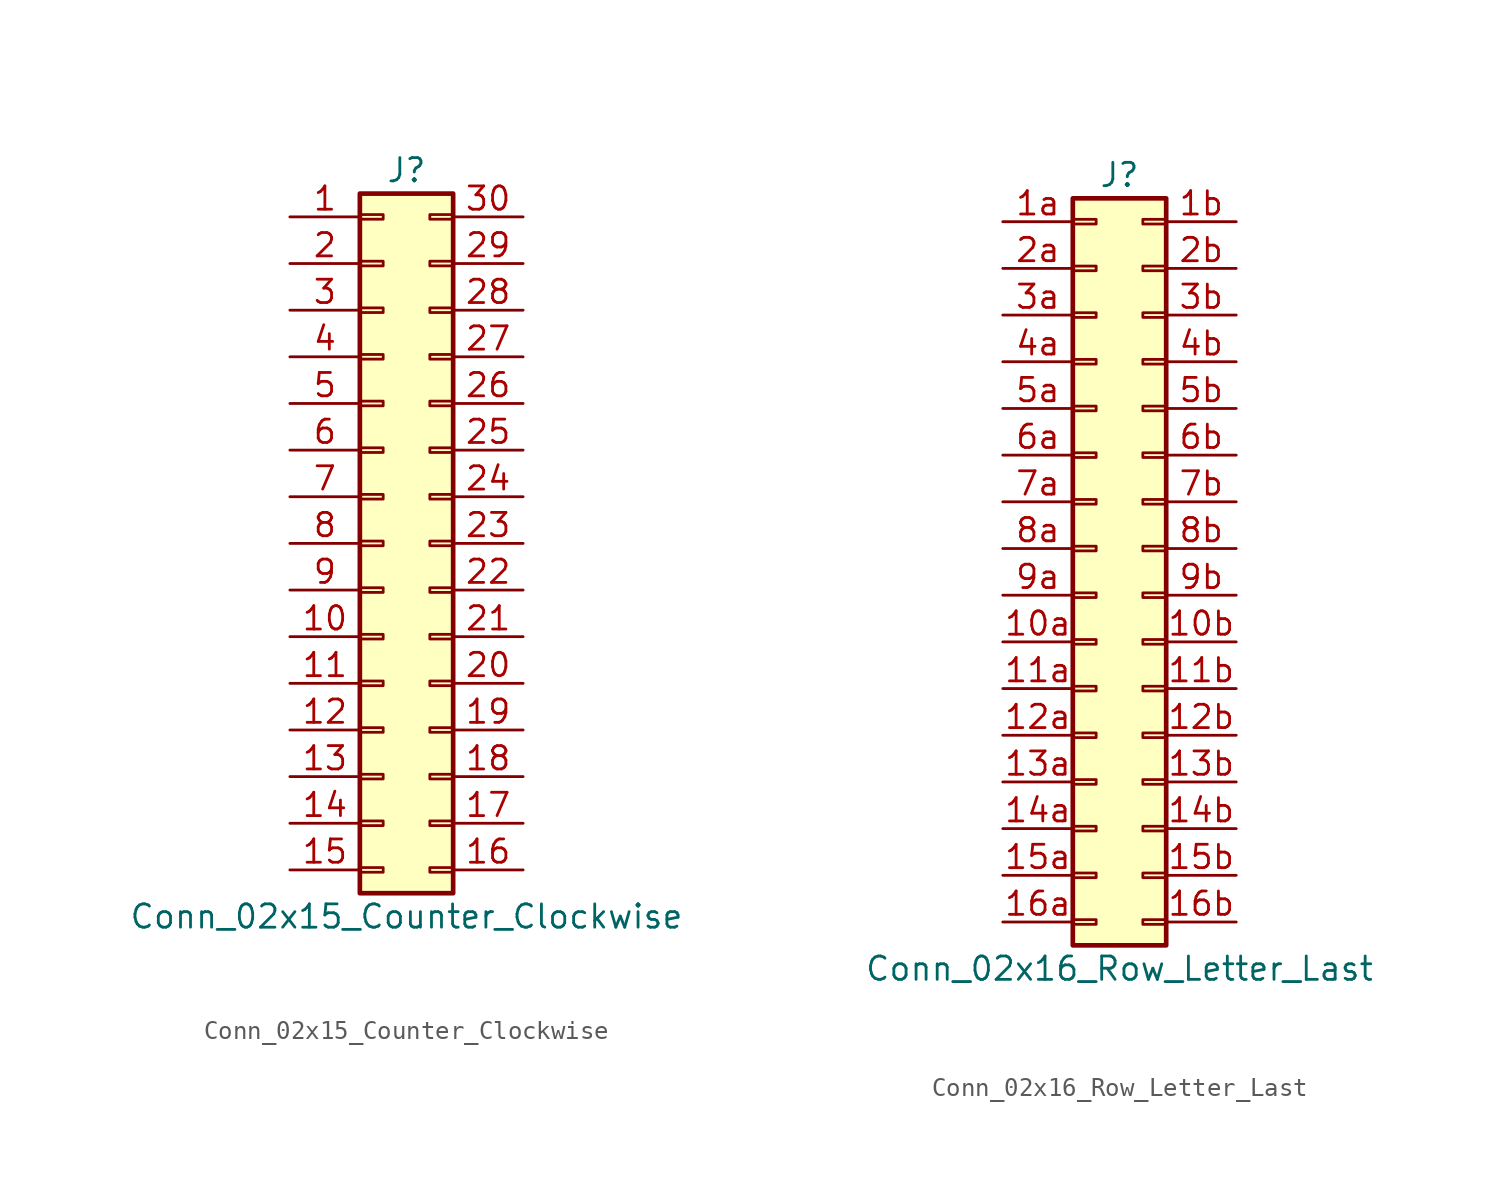
<source format=kicad_sym>
(kicad_symbol_lib
  (version 20211014)
  (generator kicad_symbol_editor)
  (symbol "Conn_02x15_Counter_Clockwise"
    (pin_names
      (offset 1.016) hide)
    (property "Reference" "J"
      (at 1.27 20.32 0)
      (effects (font (size 1.27 1.27))))
    (property "Value" "Conn_02x15_Counter_Clockwise"
      (at 1.27 -20.32 0)
      (effects (font (size 1.27 1.27))))
    (symbol "Conn_02x15_Counter_Clockwise_1_1"
      (rectangle (start -1.27 -17.653) (end 0 -17.907) (stroke (width 0.152) (type default) (color 0 0 0 0)) (fill (type none)))
      (rectangle (start -1.27 -15.113) (end 0 -15.367) (stroke (width 0.152) (type default) (color 0 0 0 0)) (fill (type none)))
      (rectangle (start -1.27 -12.573) (end 0 -12.827) (stroke (width 0.152) (type default) (color 0 0 0 0)) (fill (type none)))
      (rectangle (start -1.27 -10.033) (end 0 -10.287) (stroke (width 0.152) (type default) (color 0 0 0 0)) (fill (type none)))
      (rectangle (start -1.27 -7.493) (end 0 -7.747) (stroke (width 0.152) (type default) (color 0 0 0 0)) (fill (type none)))
      (rectangle (start -1.27 -4.953) (end 0 -5.207) (stroke (width 0.152) (type default) (color 0 0 0 0)) (fill (type none)))
      (rectangle (start -1.27 -2.413) (end 0 -2.667) (stroke (width 0.152) (type default) (color 0 0 0 0)) (fill (type none)))
      (rectangle (start -1.27 0.127) (end 0 -0.127) (stroke (width 0.152) (type default) (color 0 0 0 0)) (fill (type none)))
      (rectangle (start -1.27 2.667) (end 0 2.413) (stroke (width 0.152) (type default) (color 0 0 0 0)) (fill (type none)))
      (rectangle (start -1.27 5.207) (end 0 4.953) (stroke (width 0.152) (type default) (color 0 0 0 0)) (fill (type none)))
      (rectangle (start -1.27 7.747) (end 0 7.493) (stroke (width 0.152) (type default) (color 0 0 0 0)) (fill (type none)))
      (rectangle (start -1.27 10.287) (end 0 10.033) (stroke (width 0.152) (type default) (color 0 0 0 0)) (fill (type none)))
      (rectangle (start -1.27 12.827) (end 0 12.573) (stroke (width 0.152) (type default) (color 0 0 0 0)) (fill (type none)))
      (rectangle (start -1.27 15.367) (end 0 15.113) (stroke (width 0.152) (type default) (color 0 0 0 0)) (fill (type none)))
      (rectangle (start -1.27 17.907) (end 0 17.653) (stroke (width 0.152) (type default) (color 0 0 0 0)) (fill (type none)))
      (rectangle (start -1.27 19.05) (end 3.81 -19.05) (stroke (width 0.254) (type default) (color 0 0 0 0)) (fill (type background)))
      (rectangle (start 3.81 -17.653) (end 2.54 -17.907) (stroke (width 0.152) (type default) (color 0 0 0 0)) (fill (type none)))
      (rectangle (start 3.81 -15.113) (end 2.54 -15.367) (stroke (width 0.152) (type default) (color 0 0 0 0)) (fill (type none)))
      (rectangle (start 3.81 -12.573) (end 2.54 -12.827) (stroke (width 0.152) (type default) (color 0 0 0 0)) (fill (type none)))
      (rectangle (start 3.81 -10.033) (end 2.54 -10.287) (stroke (width 0.152) (type default) (color 0 0 0 0)) (fill (type none)))
      (rectangle (start 3.81 -7.493) (end 2.54 -7.747) (stroke (width 0.152) (type default) (color 0 0 0 0)) (fill (type none)))
      (rectangle (start 3.81 -4.953) (end 2.54 -5.207) (stroke (width 0.152) (type default) (color 0 0 0 0)) (fill (type none)))
      (rectangle (start 3.81 -2.413) (end 2.54 -2.667) (stroke (width 0.152) (type default) (color 0 0 0 0)) (fill (type none)))
      (rectangle (start 3.81 0.127) (end 2.54 -0.127) (stroke (width 0.152) (type default) (color 0 0 0 0)) (fill (type none)))
      (rectangle (start 3.81 2.667) (end 2.54 2.413) (stroke (width 0.152) (type default) (color 0 0 0 0)) (fill (type none)))
      (rectangle (start 3.81 5.207) (end 2.54 4.953) (stroke (width 0.152) (type default) (color 0 0 0 0)) (fill (type none)))
      (rectangle (start 3.81 7.747) (end 2.54 7.493) (stroke (width 0.152) (type default) (color 0 0 0 0)) (fill (type none)))
      (rectangle (start 3.81 10.287) (end 2.54 10.033) (stroke (width 0.152) (type default) (color 0 0 0 0)) (fill (type none)))
      (rectangle (start 3.81 12.827) (end 2.54 12.573) (stroke (width 0.152) (type default) (color 0 0 0 0)) (fill (type none)))
      (rectangle (start 3.81 15.367) (end 2.54 15.113) (stroke (width 0.152) (type default) (color 0 0 0 0)) (fill (type none)))
      (rectangle (start 3.81 17.907) (end 2.54 17.653) (stroke (width 0.152) (type default) (color 0 0 0 0)) (fill (type none)))
      (pin passive line (at -5.08 17.78 0) (length 3.81) (name "Pin_1" (effects (font (size 1.27 1.27)))) (number "1" (effects (font (size 1.27 1.27)))))
      (pin passive line (at -5.08 -5.08 0) (length 3.81) (name "Pin_10" (effects (font (size 1.27 1.27)))) (number "10" (effects (font (size 1.27 1.27)))))
      (pin passive line (at -5.08 -7.62 0) (length 3.81) (name "Pin_11" (effects (font (size 1.27 1.27)))) (number "11" (effects (font (size 1.27 1.27)))))
      (pin passive line (at -5.08 -10.16 0) (length 3.81) (name "Pin_12" (effects (font (size 1.27 1.27)))) (number "12" (effects (font (size 1.27 1.27)))))
      (pin passive line (at -5.08 -12.7 0) (length 3.81) (name "Pin_13" (effects (font (size 1.27 1.27)))) (number "13" (effects (font (size 1.27 1.27)))))
      (pin passive line (at -5.08 -15.24 0) (length 3.81) (name "Pin_14" (effects (font (size 1.27 1.27)))) (number "14" (effects (font (size 1.27 1.27)))))
      (pin passive line (at -5.08 -17.78 0) (length 3.81) (name "Pin_15" (effects (font (size 1.27 1.27)))) (number "15" (effects (font (size 1.27 1.27)))))
      (pin passive line (at 7.62 -17.78 180) (length 3.81) (name "Pin_16" (effects (font (size 1.27 1.27)))) (number "16" (effects (font (size 1.27 1.27)))))
      (pin passive line (at 7.62 -15.24 180) (length 3.81) (name "Pin_17" (effects (font (size 1.27 1.27)))) (number "17" (effects (font (size 1.27 1.27)))))
      (pin passive line (at 7.62 -12.7 180) (length 3.81) (name "Pin_18" (effects (font (size 1.27 1.27)))) (number "18" (effects (font (size 1.27 1.27)))))
      (pin passive line (at 7.62 -10.16 180) (length 3.81) (name "Pin_19" (effects (font (size 1.27 1.27)))) (number "19" (effects (font (size 1.27 1.27)))))
      (pin passive line (at -5.08 15.24 0) (length 3.81) (name "Pin_2" (effects (font (size 1.27 1.27)))) (number "2" (effects (font (size 1.27 1.27)))))
      (pin passive line (at 7.62 -7.62 180) (length 3.81) (name "Pin_20" (effects (font (size 1.27 1.27)))) (number "20" (effects (font (size 1.27 1.27)))))
      (pin passive line (at 7.62 -5.08 180) (length 3.81) (name "Pin_21" (effects (font (size 1.27 1.27)))) (number "21" (effects (font (size 1.27 1.27)))))
      (pin passive line (at 7.62 -2.54 180) (length 3.81) (name "Pin_22" (effects (font (size 1.27 1.27)))) (number "22" (effects (font (size 1.27 1.27)))))
      (pin passive line (at 7.62 0 180) (length 3.81) (name "Pin_23" (effects (font (size 1.27 1.27)))) (number "23" (effects (font (size 1.27 1.27)))))
      (pin passive line (at 7.62 2.54 180) (length 3.81) (name "Pin_24" (effects (font (size 1.27 1.27)))) (number "24" (effects (font (size 1.27 1.27)))))
      (pin passive line (at 7.62 5.08 180) (length 3.81) (name "Pin_25" (effects (font (size 1.27 1.27)))) (number "25" (effects (font (size 1.27 1.27)))))
      (pin passive line (at 7.62 7.62 180) (length 3.81) (name "Pin_26" (effects (font (size 1.27 1.27)))) (number "26" (effects (font (size 1.27 1.27)))))
      (pin passive line (at 7.62 10.16 180) (length 3.81) (name "Pin_27" (effects (font (size 1.27 1.27)))) (number "27" (effects (font (size 1.27 1.27)))))
      (pin passive line (at 7.62 12.7 180) (length 3.81) (name "Pin_28" (effects (font (size 1.27 1.27)))) (number "28" (effects (font (size 1.27 1.27)))))
      (pin passive line (at 7.62 15.24 180) (length 3.81) (name "Pin_29" (effects (font (size 1.27 1.27)))) (number "29" (effects (font (size 1.27 1.27)))))
      (pin passive line (at -5.08 12.7 0) (length 3.81) (name "Pin_3" (effects (font (size 1.27 1.27)))) (number "3" (effects (font (size 1.27 1.27)))))
      (pin passive line (at 7.62 17.78 180) (length 3.81) (name "Pin_30" (effects (font (size 1.27 1.27)))) (number "30" (effects (font (size 1.27 1.27)))))
      (pin passive line (at -5.08 10.16 0) (length 3.81) (name "Pin_4" (effects (font (size 1.27 1.27)))) (number "4" (effects (font (size 1.27 1.27)))))
      (pin passive line (at -5.08 7.62 0) (length 3.81) (name "Pin_5" (effects (font (size 1.27 1.27)))) (number "5" (effects (font (size 1.27 1.27)))))
      (pin passive line (at -5.08 5.08 0) (length 3.81) (name "Pin_6" (effects (font (size 1.27 1.27)))) (number "6" (effects (font (size 1.27 1.27)))))
      (pin passive line (at -5.08 2.54 0) (length 3.81) (name "Pin_7" (effects (font (size 1.27 1.27)))) (number "7" (effects (font (size 1.27 1.27)))))
      (pin passive line (at -5.08 0 0) (length 3.81) (name "Pin_8" (effects (font (size 1.27 1.27)))) (number "8" (effects (font (size 1.27 1.27)))))
      (pin passive line (at -5.08 -2.54 0) (length 3.81) (name "Pin_9" (effects (font (size 1.27 1.27)))) (number "9" (effects (font (size 1.27 1.27)))))))
  (symbol "Conn_02x16_Row_Letter_Last"
    (pin_names
      (offset 1.016) hide)
    (property "Reference" "J"
      (at 1.27 20.32 0)
      (effects (font (size 1.27 1.27))))
    (property "Value" "Conn_02x16_Row_Letter_Last"
      (at 1.27 -22.86 0)
      (effects (font (size 1.27 1.27))))
    (symbol "Conn_02x16_Row_Letter_Last_1_1"
      (rectangle (start -1.27 -20.193) (end 0 -20.447) (stroke (width 0.152) (type default) (color 0 0 0 0)) (fill (type none)))
      (rectangle (start -1.27 -17.653) (end 0 -17.907) (stroke (width 0.152) (type default) (color 0 0 0 0)) (fill (type none)))
      (rectangle (start -1.27 -15.113) (end 0 -15.367) (stroke (width 0.152) (type default) (color 0 0 0 0)) (fill (type none)))
      (rectangle (start -1.27 -12.573) (end 0 -12.827) (stroke (width 0.152) (type default) (color 0 0 0 0)) (fill (type none)))
      (rectangle (start -1.27 -10.033) (end 0 -10.287) (stroke (width 0.152) (type default) (color 0 0 0 0)) (fill (type none)))
      (rectangle (start -1.27 -7.493) (end 0 -7.747) (stroke (width 0.152) (type default) (color 0 0 0 0)) (fill (type none)))
      (rectangle (start -1.27 -4.953) (end 0 -5.207) (stroke (width 0.152) (type default) (color 0 0 0 0)) (fill (type none)))
      (rectangle (start -1.27 -2.413) (end 0 -2.667) (stroke (width 0.152) (type default) (color 0 0 0 0)) (fill (type none)))
      (rectangle (start -1.27 0.127) (end 0 -0.127) (stroke (width 0.152) (type default) (color 0 0 0 0)) (fill (type none)))
      (rectangle (start -1.27 2.667) (end 0 2.413) (stroke (width 0.152) (type default) (color 0 0 0 0)) (fill (type none)))
      (rectangle (start -1.27 5.207) (end 0 4.953) (stroke (width 0.152) (type default) (color 0 0 0 0)) (fill (type none)))
      (rectangle (start -1.27 7.747) (end 0 7.493) (stroke (width 0.152) (type default) (color 0 0 0 0)) (fill (type none)))
      (rectangle (start -1.27 10.287) (end 0 10.033) (stroke (width 0.152) (type default) (color 0 0 0 0)) (fill (type none)))
      (rectangle (start -1.27 12.827) (end 0 12.573) (stroke (width 0.152) (type default) (color 0 0 0 0)) (fill (type none)))
      (rectangle (start -1.27 15.367) (end 0 15.113) (stroke (width 0.152) (type default) (color 0 0 0 0)) (fill (type none)))
      (rectangle (start -1.27 17.907) (end 0 17.653) (stroke (width 0.152) (type default) (color 0 0 0 0)) (fill (type none)))
      (rectangle (start -1.27 19.05) (end 3.81 -21.59) (stroke (width 0.254) (type default) (color 0 0 0 0)) (fill (type background)))
      (rectangle (start 3.81 -20.193) (end 2.54 -20.447) (stroke (width 0.152) (type default) (color 0 0 0 0)) (fill (type none)))
      (rectangle (start 3.81 -17.653) (end 2.54 -17.907) (stroke (width 0.152) (type default) (color 0 0 0 0)) (fill (type none)))
      (rectangle (start 3.81 -15.113) (end 2.54 -15.367) (stroke (width 0.152) (type default) (color 0 0 0 0)) (fill (type none)))
      (rectangle (start 3.81 -12.573) (end 2.54 -12.827) (stroke (width 0.152) (type default) (color 0 0 0 0)) (fill (type none)))
      (rectangle (start 3.81 -10.033) (end 2.54 -10.287) (stroke (width 0.152) (type default) (color 0 0 0 0)) (fill (type none)))
      (rectangle (start 3.81 -7.493) (end 2.54 -7.747) (stroke (width 0.152) (type default) (color 0 0 0 0)) (fill (type none)))
      (rectangle (start 3.81 -4.953) (end 2.54 -5.207) (stroke (width 0.152) (type default) (color 0 0 0 0)) (fill (type none)))
      (rectangle (start 3.81 -2.413) (end 2.54 -2.667) (stroke (width 0.152) (type default) (color 0 0 0 0)) (fill (type none)))
      (rectangle (start 3.81 0.127) (end 2.54 -0.127) (stroke (width 0.152) (type default) (color 0 0 0 0)) (fill (type none)))
      (rectangle (start 3.81 2.667) (end 2.54 2.413) (stroke (width 0.152) (type default) (color 0 0 0 0)) (fill (type none)))
      (rectangle (start 3.81 5.207) (end 2.54 4.953) (stroke (width 0.152) (type default) (color 0 0 0 0)) (fill (type none)))
      (rectangle (start 3.81 7.747) (end 2.54 7.493) (stroke (width 0.152) (type default) (color 0 0 0 0)) (fill (type none)))
      (rectangle (start 3.81 10.287) (end 2.54 10.033) (stroke (width 0.152) (type default) (color 0 0 0 0)) (fill (type none)))
      (rectangle (start 3.81 12.827) (end 2.54 12.573) (stroke (width 0.152) (type default) (color 0 0 0 0)) (fill (type none)))
      (rectangle (start 3.81 15.367) (end 2.54 15.113) (stroke (width 0.152) (type default) (color 0 0 0 0)) (fill (type none)))
      (rectangle (start 3.81 17.907) (end 2.54 17.653) (stroke (width 0.152) (type default) (color 0 0 0 0)) (fill (type none)))
      (pin passive line (at -5.08 -5.08 0) (length 3.81) (name "Pin_10a" (effects (font (size 1.27 1.27)))) (number "10a" (effects (font (size 1.27 1.27)))))
      (pin passive line (at 7.62 -5.08 180) (length 3.81) (name "Pin_10b" (effects (font (size 1.27 1.27)))) (number "10b" (effects (font (size 1.27 1.27)))))
      (pin passive line (at -5.08 -7.62 0) (length 3.81) (name "Pin_11a" (effects (font (size 1.27 1.27)))) (number "11a" (effects (font (size 1.27 1.27)))))
      (pin passive line (at 7.62 -7.62 180) (length 3.81) (name "Pin_11b" (effects (font (size 1.27 1.27)))) (number "11b" (effects (font (size 1.27 1.27)))))
      (pin passive line (at -5.08 -10.16 0) (length 3.81) (name "Pin_12a" (effects (font (size 1.27 1.27)))) (number "12a" (effects (font (size 1.27 1.27)))))
      (pin passive line (at 7.62 -10.16 180) (length 3.81) (name "Pin_12b" (effects (font (size 1.27 1.27)))) (number "12b" (effects (font (size 1.27 1.27)))))
      (pin passive line (at -5.08 -12.7 0) (length 3.81) (name "Pin_13a" (effects (font (size 1.27 1.27)))) (number "13a" (effects (font (size 1.27 1.27)))))
      (pin passive line (at 7.62 -12.7 180) (length 3.81) (name "Pin_13b" (effects (font (size 1.27 1.27)))) (number "13b" (effects (font (size 1.27 1.27)))))
      (pin passive line (at -5.08 -15.24 0) (length 3.81) (name "Pin_14a" (effects (font (size 1.27 1.27)))) (number "14a" (effects (font (size 1.27 1.27)))))
      (pin passive line (at 7.62 -15.24 180) (length 3.81) (name "Pin_14b" (effects (font (size 1.27 1.27)))) (number "14b" (effects (font (size 1.27 1.27)))))
      (pin passive line (at -5.08 -17.78 0) (length 3.81) (name "Pin_15a" (effects (font (size 1.27 1.27)))) (number "15a" (effects (font (size 1.27 1.27)))))
      (pin passive line (at 7.62 -17.78 180) (length 3.81) (name "Pin_15b" (effects (font (size 1.27 1.27)))) (number "15b" (effects (font (size 1.27 1.27)))))
      (pin passive line (at -5.08 -20.32 0) (length 3.81) (name "Pin_16a" (effects (font (size 1.27 1.27)))) (number "16a" (effects (font (size 1.27 1.27)))))
      (pin passive line (at 7.62 -20.32 180) (length 3.81) (name "Pin_16b" (effects (font (size 1.27 1.27)))) (number "16b" (effects (font (size 1.27 1.27)))))
      (pin passive line (at -5.08 17.78 0) (length 3.81) (name "Pin_1a" (effects (font (size 1.27 1.27)))) (number "1a" (effects (font (size 1.27 1.27)))))
      (pin passive line (at 7.62 17.78 180) (length 3.81) (name "Pin_1b" (effects (font (size 1.27 1.27)))) (number "1b" (effects (font (size 1.27 1.27)))))
      (pin passive line (at -5.08 15.24 0) (length 3.81) (name "Pin_2a" (effects (font (size 1.27 1.27)))) (number "2a" (effects (font (size 1.27 1.27)))))
      (pin passive line (at 7.62 15.24 180) (length 3.81) (name "Pin_2b" (effects (font (size 1.27 1.27)))) (number "2b" (effects (font (size 1.27 1.27)))))
      (pin passive line (at -5.08 12.7 0) (length 3.81) (name "Pin_3a" (effects (font (size 1.27 1.27)))) (number "3a" (effects (font (size 1.27 1.27)))))
      (pin passive line (at 7.62 12.7 180) (length 3.81) (name "Pin_3b" (effects (font (size 1.27 1.27)))) (number "3b" (effects (font (size 1.27 1.27)))))
      (pin passive line (at -5.08 10.16 0) (length 3.81) (name "Pin_4a" (effects (font (size 1.27 1.27)))) (number "4a" (effects (font (size 1.27 1.27)))))
      (pin passive line (at 7.62 10.16 180) (length 3.81) (name "Pin_4b" (effects (font (size 1.27 1.27)))) (number "4b" (effects (font (size 1.27 1.27)))))
      (pin passive line (at -5.08 7.62 0) (length 3.81) (name "Pin_5a" (effects (font (size 1.27 1.27)))) (number "5a" (effects (font (size 1.27 1.27)))))
      (pin passive line (at 7.62 7.62 180) (length 3.81) (name "Pin_5b" (effects (font (size 1.27 1.27)))) (number "5b" (effects (font (size 1.27 1.27)))))
      (pin passive line (at -5.08 5.08 0) (length 3.81) (name "Pin_6a" (effects (font (size 1.27 1.27)))) (number "6a" (effects (font (size 1.27 1.27)))))
      (pin passive line (at 7.62 5.08 180) (length 3.81) (name "Pin_6b" (effects (font (size 1.27 1.27)))) (number "6b" (effects (font (size 1.27 1.27)))))
      (pin passive line (at -5.08 2.54 0) (length 3.81) (name "Pin_7a" (effects (font (size 1.27 1.27)))) (number "7a" (effects (font (size 1.27 1.27)))))
      (pin passive line (at 7.62 2.54 180) (length 3.81) (name "Pin_7b" (effects (font (size 1.27 1.27)))) (number "7b" (effects (font (size 1.27 1.27)))))
      (pin passive line (at -5.08 0 0) (length 3.81) (name "Pin_8a" (effects (font (size 1.27 1.27)))) (number "8a" (effects (font (size 1.27 1.27)))))
      (pin passive line (at 7.62 0 180) (length 3.81) (name "Pin_8b" (effects (font (size 1.27 1.27)))) (number "8b" (effects (font (size 1.27 1.27)))))
      (pin passive line (at -5.08 -2.54 0) (length 3.81) (name "Pin_9a" (effects (font (size 1.27 1.27)))) (number "9a" (effects (font (size 1.27 1.27)))))
      (pin passive line (at 7.62 -2.54 180) (length 3.81) (name "Pin_9b" (effects (font (size 1.27 1.27)))) (number "9b" (effects (font (size 1.27 1.27))))))))
</source>
